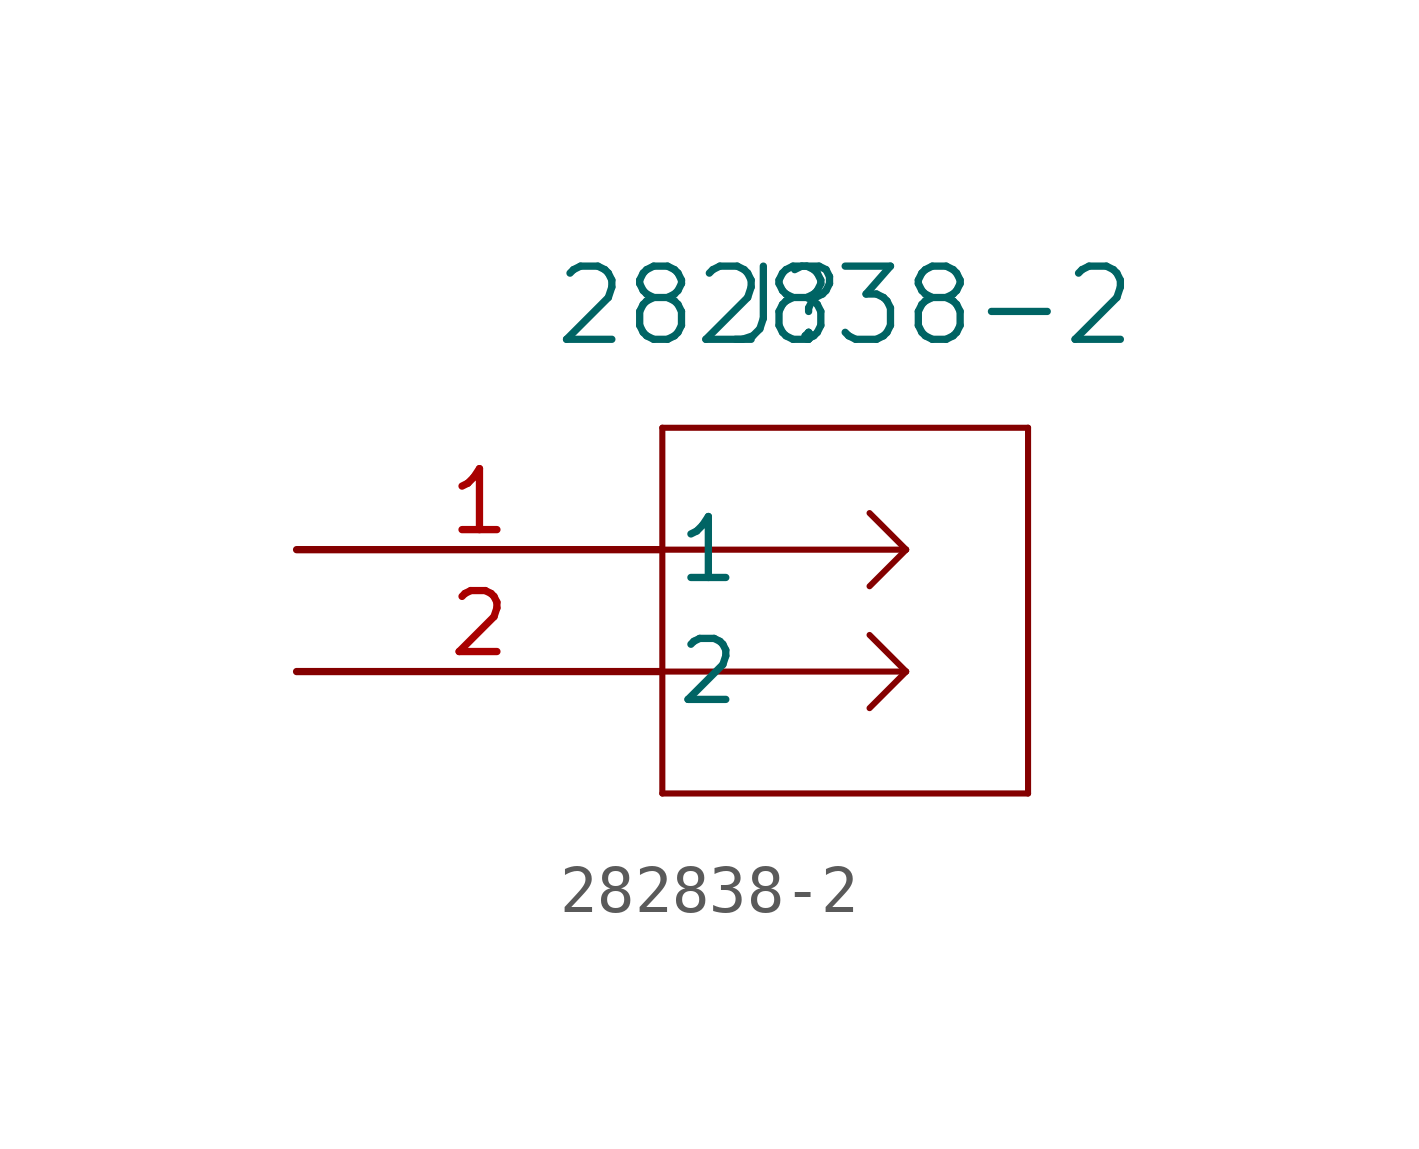
<source format=kicad_sym>
(kicad_symbol_lib
  (version 20211014)
  (generator kicad_symbol_editor)
  (symbol "282838-2"
    (pin_names
      (offset 0.254))
    (property "Reference" "J"
      (at 10.16 5.08 0)
      (effects (font (size 1.524 1.524))))
    (property "Value" "282838-2"
      (at 11.43 5.08 0)
      (effects (font (size 1.524 1.524))))
    (symbol "282838-2_0_1"
      (polyline (pts (xy 7.62 2.54) (xy 7.62 -5.08)) (stroke (width 0.127) (type default) (color 0 0 0 0)) (fill (type none)))
      (polyline (pts (xy 7.62 -5.08) (xy 15.24 -5.08)) (stroke (width 0.127) (type default) (color 0 0 0 0)) (fill (type none)))
      (polyline (pts (xy 15.24 -5.08) (xy 15.24 2.54)) (stroke (width 0.127) (type default) (color 0 0 0 0)) (fill (type none)))
      (polyline (pts (xy 15.24 2.54) (xy 7.62 2.54)) (stroke (width 0.127) (type default) (color 0 0 0 0)) (fill (type none)))
      (polyline (pts (xy 7.62 0) (xy 12.7 0)) (stroke (width 0.127) (type default) (color 0 0 0 0)) (fill (type none)))
      (polyline (pts (xy 7.62 -2.54) (xy 12.7 -2.54)) (stroke (width 0.127) (type default) (color 0 0 0 0)) (fill (type none)))
      (polyline (pts (xy 12.7 0) (xy 11.938 0.762)) (stroke (width 0.127) (type default) (color 0 0 0 0)) (fill (type none)))
      (polyline (pts (xy 12.7 0) (xy 11.938 -0.762)) (stroke (width 0.127) (type default) (color 0 0 0 0)) (fill (type none)))
      (polyline (pts (xy 12.7 -2.54) (xy 11.938 -1.778)) (stroke (width 0.127) (type default) (color 0 0 0 0)) (fill (type none)))
      (polyline (pts (xy 12.7 -2.54) (xy 11.938 -3.302)) (stroke (width 0.127) (type default) (color 0 0 0 0)) (fill (type none)))
      (pin unspecified line (at 0 0 0) (length 7.62) (name "1" (effects (font (size 1.27 1.27)))) (number "1" (effects (font (size 1.27 1.27)))))
      (pin unspecified line (at 0 -2.54 0) (length 7.62) (name "2" (effects (font (size 1.27 1.27)))) (number "2" (effects (font (size 1.27 1.27))))))))
</source>
